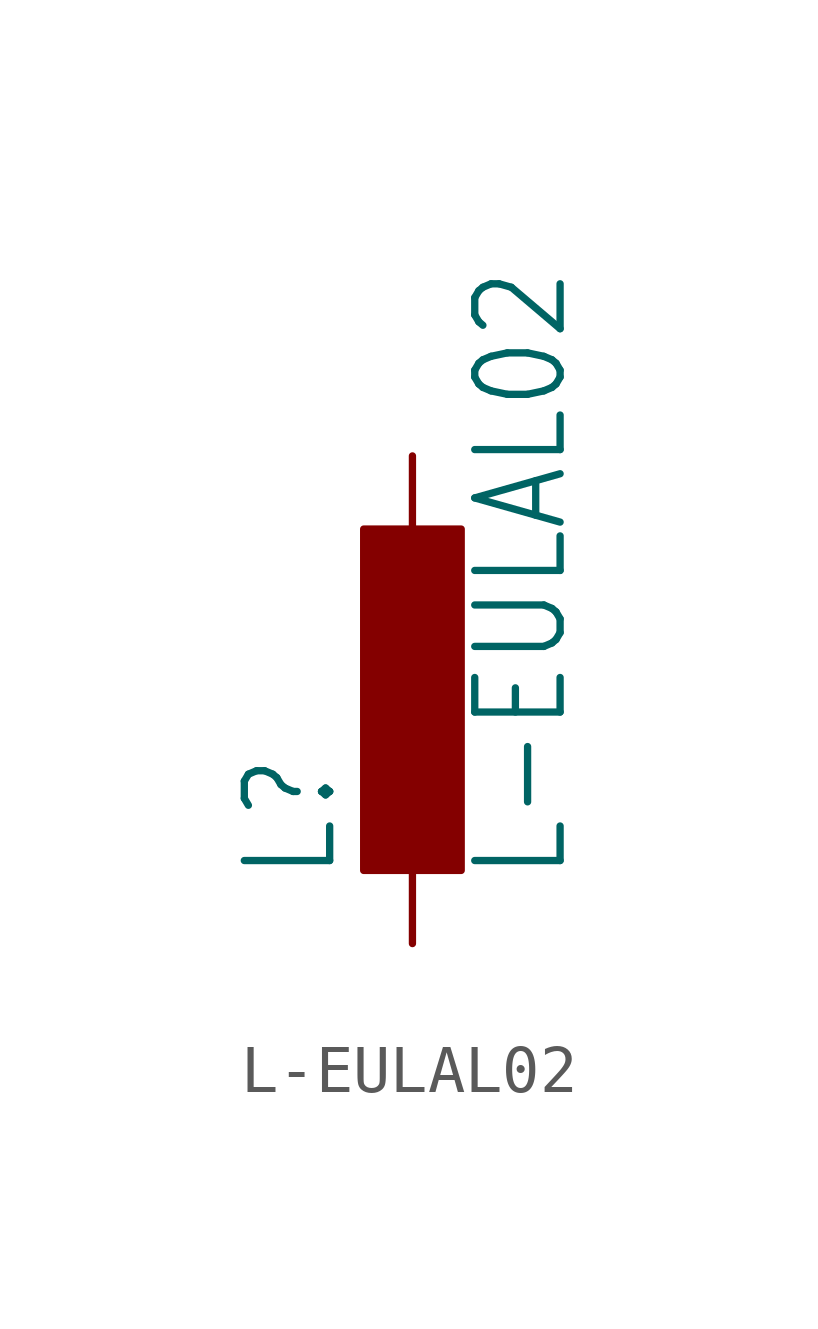
<source format=kicad_sym>
(kicad_symbol_lib
  (version 20211014)
  (generator kicad_symbol_editor)
  (symbol "L-EULAL02"
    (property "Reference" "L"
      (at -1.499 -3.81 90)
      (effects (font (size 1.778 1.511)) (justify left bottom)))
    (property "Value" "L-EULAL02"
      (at 3.302 -3.81 90)
      (effects (font (size 1.778 1.511)) (justify left bottom)))
    (property "ki_locked" ""
      (at 0 0 0)
      (effects (font (size 1.27 1.27))))
    (symbol "L-EULAL02_1_0"
      (rectangle (start -1.016 -3.556) (end 1.016 3.556) (stroke (width 0) (type default) (color 0 0 0 0)) (fill (type outline)))
      (pin passive line (at 0 5.08 270) (length 2.54) (name "1" (effects (font (size 0 0)))) (number "1" (effects (font (size 0 0)))))
      (pin passive line (at 0 -5.08 90) (length 2.54) (name "2" (effects (font (size 0 0)))) (number "2" (effects (font (size 0 0))))))))
</source>
